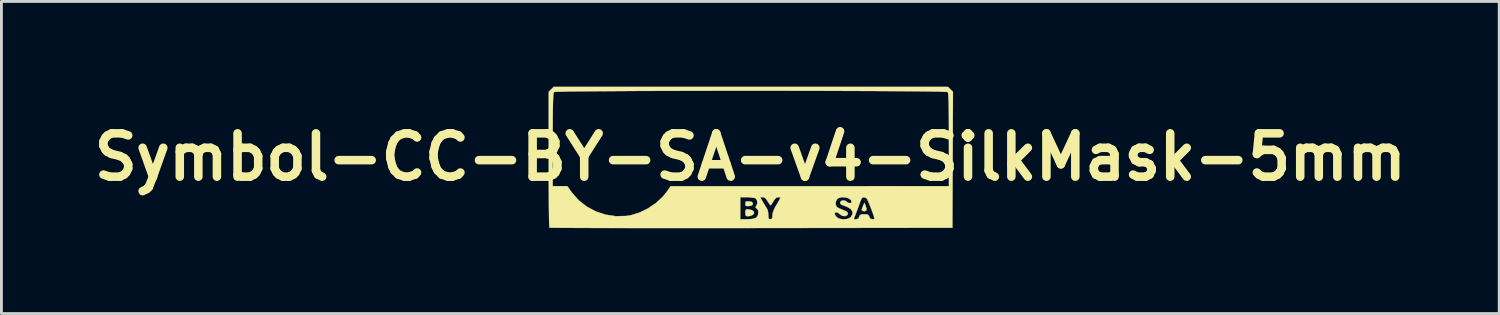
<source format=kicad_pcb>
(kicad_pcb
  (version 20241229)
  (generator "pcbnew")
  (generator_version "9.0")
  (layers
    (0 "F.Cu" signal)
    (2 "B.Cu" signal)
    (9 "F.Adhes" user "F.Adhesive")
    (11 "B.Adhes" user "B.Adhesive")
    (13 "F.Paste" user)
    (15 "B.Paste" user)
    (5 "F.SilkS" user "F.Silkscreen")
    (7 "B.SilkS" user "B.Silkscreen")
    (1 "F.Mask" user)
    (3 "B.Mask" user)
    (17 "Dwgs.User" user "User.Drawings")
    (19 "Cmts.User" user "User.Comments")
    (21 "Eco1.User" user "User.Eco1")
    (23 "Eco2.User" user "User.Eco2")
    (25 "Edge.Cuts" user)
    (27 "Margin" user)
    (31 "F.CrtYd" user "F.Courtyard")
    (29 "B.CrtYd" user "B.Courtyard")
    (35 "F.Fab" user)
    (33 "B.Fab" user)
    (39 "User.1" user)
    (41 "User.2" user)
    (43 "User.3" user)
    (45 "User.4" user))
  (footprint "Symbol-CC-BY-SA-v4-SilkMask-5mm"
    (layer "F.Cu")
    (at 23.339 2.474)
    (property "Reference" "Symbol-CC-BY-SA-v4-SilkMask-5mm" (at 0 0 0) (layer "F.SilkS") (effects (font (size 1.524 1.524) (thickness 0.3))))
    (attr through_hole)
    (fp_poly (pts (xy 0.471 -1.569) (xy 0.549 -1.515) (xy 0.592 -1.43) (xy 0.591 -1.334) (xy 0.544 -1.255) (xy 0.451 -1.204) (xy 0.35 -1.214) (xy 0.265 -1.282) (xy 0.26 -1.289) (xy 0.226 -1.395) (xy 0.253 -1.492) (xy 0.334 -1.56) (xy 0.371 -1.573) (xy 0.471 -1.569)) (stroke (width 0.01) (type solid)) (fill yes) (layer "F.Mask"))
    (fp_poly (pts (xy 0.426 -1.121) (xy 0.758 -1.111) (xy 0.769 -0.785) (xy 0.772 -0.632) (xy 0.77 -0.536) (xy 0.76 -0.484) (xy 0.74 -0.463) (xy 0.707 -0.459) (xy 0.673 -0.454) (xy 0.652 -0.431) (xy 0.641 -0.376) (xy 0.636 -0.277) (xy 0.635 -0.123) (xy 0.635 0.212) (xy 0.212 0.212) (xy 0.212 -0.123) (xy 0.211 -0.279) (xy 0.207 -0.377) (xy 0.196 -0.43) (xy 0.174 -0.453) (xy 0.138 -0.459) (xy 0.123 -0.459) (xy 0.08 -0.461) (xy 0.054 -0.479) (xy 0.041 -0.527) (xy 0.036 -0.618) (xy 0.036 -0.75) (xy 0.039 -0.89) (xy 0.048 -1.006) (xy 0.061 -1.077) (xy 0.065 -1.086) (xy 0.103 -1.109) (xy 0.189 -1.121) (xy 0.33 -1.124) (xy 0.426 -1.121)) (stroke (width 0.01) (type solid)) (fill yes) (layer "F.Mask"))
    (fp_poly (pts (xy -4.96 -0.704) (xy -4.785 -0.623) (xy -4.749 -0.597) (xy -4.674 -0.52) (xy -4.667 -0.457) (xy -4.728 -0.404) (xy -4.763 -0.388) (xy -4.846 -0.362) (xy -4.902 -0.376) (xy -4.934 -0.401) (xy -5.032 -0.451) (xy -5.144 -0.454) (xy -5.241 -0.413) (xy -5.272 -0.38) (xy -5.32 -0.259) (xy -5.326 -0.118) (xy -5.291 0.015) (xy -5.24 0.09) (xy -5.134 0.162) (xy -5.031 0.165) (xy -4.933 0.097) (xy -4.928 0.091) (xy -4.871 0.035) (xy -4.824 0.028) (xy -4.754 0.063) (xy -4.676 0.124) (xy -4.665 0.183) (xy -4.719 0.256) (xy -4.736 0.272) (xy -4.903 0.38) (xy -5.091 0.425) (xy -5.283 0.405) (xy -5.398 0.359) (xy -5.532 0.252) (xy -5.622 0.105) (xy -5.667 -0.066) (xy -5.666 -0.246) (xy -5.617 -0.417) (xy -5.519 -0.564) (xy -5.489 -0.592) (xy -5.329 -0.688) (xy -5.147 -0.726) (xy -4.96 -0.704)) (stroke (width 0.01) (type solid)) (fill yes) (layer "F.Mask"))
    (fp_poly (pts (xy -3.899 -0.709) (xy -3.727 -0.625) (xy -3.673 -0.581) (xy -3.547 -0.465) (xy -3.678 -0.403) (xy -3.764 -0.365) (xy -3.816 -0.36) (xy -3.86 -0.388) (xy -3.874 -0.4) (xy -3.956 -0.442) (xy -4.05 -0.459) (xy -4.137 -0.444) (xy -4.196 -0.387) (xy -4.219 -0.347) (xy -4.259 -0.215) (xy -4.255 -0.08) (xy -4.214 0.041) (xy -4.141 0.132) (xy -4.044 0.175) (xy -4.023 0.176) (xy -3.953 0.156) (xy -3.87 0.105) (xy -3.866 0.102) (xy -3.791 0.054) (xy -3.726 0.051) (xy -3.667 0.071) (xy -3.589 0.11) (xy -3.569 0.148) (xy -3.601 0.206) (xy -3.609 0.216) (xy -3.735 0.328) (xy -3.898 0.397) (xy -4.077 0.42) (xy -4.248 0.392) (xy -4.331 0.353) (xy -4.47 0.234) (xy -4.554 0.078) (xy -4.585 -0.122) (xy -4.586 -0.155) (xy -4.562 -0.359) (xy -4.489 -0.517) (xy -4.362 -0.633) (xy -4.28 -0.677) (xy -4.087 -0.727) (xy -3.899 -0.709)) (stroke (width 0.01) (type solid)) (fill yes) (layer "F.Mask"))
    (fp_poly (pts (xy 3.922 -1.402) (xy 4.046 -1.374) (xy 4.217 -1.274) (xy 4.348 -1.126) (xy 4.435 -0.944) (xy 4.473 -0.74) (xy 4.458 -0.527) (xy 4.389 -0.324) (xy 4.266 -0.152) (xy 4.101 -0.027) (xy 3.907 0.044) (xy 3.7 0.054) (xy 3.608 0.038) (xy 3.45 -0.028) (xy 3.316 -0.131) (xy 3.219 -0.258) (xy 3.176 -0.392) (xy 3.175 -0.415) (xy 3.183 -0.464) (xy 3.22 -0.487) (xy 3.303 -0.494) (xy 3.335 -0.494) (xy 3.438 -0.488) (xy 3.494 -0.464) (xy 3.525 -0.412) (xy 3.527 -0.408) (xy 3.597 -0.313) (xy 3.707 -0.258) (xy 3.834 -0.248) (xy 3.958 -0.288) (xy 3.976 -0.3) (xy 4.045 -0.386) (xy 4.09 -0.517) (xy 4.109 -0.672) (xy 4.103 -0.827) (xy 4.07 -0.962) (xy 4.009 -1.055) (xy 4.007 -1.056) (xy 3.891 -1.11) (xy 3.757 -1.114) (xy 3.636 -1.067) (xy 3.625 -1.059) (xy 3.557 -0.99) (xy 3.529 -0.927) (xy 3.544 -0.888) (xy 3.57 -0.882) (xy 3.573 -0.86) (xy 3.533 -0.804) (xy 3.493 -0.758) (xy 3.415 -0.686) (xy 3.353 -0.642) (xy 3.334 -0.635) (xy 3.288 -0.659) (xy 3.216 -0.718) (xy 3.175 -0.758) (xy 3.107 -0.837) (xy 3.094 -0.876) (xy 3.111 -0.882) (xy 3.159 -0.914) (xy 3.186 -0.983) (xy 3.237 -1.102) (xy 3.329 -1.226) (xy 3.444 -1.328) (xy 3.495 -1.359) (xy 3.612 -1.395) (xy 3.765 -1.409) (xy 3.922 -1.402)) (stroke (width 0.01) (type solid)) (fill yes) (layer "F.Mask"))
    (fp_poly (pts (xy 0.606 -2.065) (xy 0.9 -1.994) (xy 1.165 -1.867) (xy 1.393 -1.69) (xy 1.578 -1.466) (xy 1.712 -1.202) (xy 1.764 -1.028) (xy 1.802 -0.724) (xy 1.775 -0.432) (xy 1.692 -0.16) (xy 1.557 0.086) (xy 1.378 0.299) (xy 1.16 0.472) (xy 0.909 0.6) (xy 0.633 0.674) (xy 0.337 0.69) (xy 0.169 0.67) (xy -0.091 0.593) (xy -0.34 0.459) (xy -0.562 0.282) (xy -0.742 0.072) (xy -0.835 -0.092) (xy -0.933 -0.381) (xy -0.967 -0.671) (xy -0.961 -0.738) (xy -0.7 -0.738) (xy -0.681 -0.492) (xy -0.606 -0.256) (xy -0.477 -0.039) (xy -0.296 0.148) (xy -0.066 0.297) (xy 0.081 0.36) (xy 0.3 0.406) (xy 0.542 0.403) (xy 0.78 0.353) (xy 0.874 0.317) (xy 1.049 0.213) (xy 1.22 0.066) (xy 1.365 -0.102) (xy 1.423 -0.194) (xy 1.46 -0.274) (xy 1.483 -0.361) (xy 1.495 -0.475) (xy 1.499 -0.635) (xy 1.499 -0.688) (xy 1.491 -0.912) (xy 1.46 -1.088) (xy 1.399 -1.235) (xy 1.3 -1.374) (xy 1.199 -1.482) (xy 1.049 -1.616) (xy 0.904 -1.705) (xy 0.743 -1.756) (xy 0.546 -1.778) (xy 0.423 -1.781) (xy 0.18 -1.768) (xy -0.016 -1.724) (xy -0.183 -1.641) (xy -0.338 -1.511) (xy -0.394 -1.454) (xy -0.558 -1.229) (xy -0.66 -0.987) (xy -0.7 -0.738) (xy -0.961 -0.738) (xy -0.942 -0.955) (xy -0.863 -1.223) (xy -0.734 -1.469) (xy -0.559 -1.684) (xy -0.345 -1.86) (xy -0.094 -1.989) (xy 0.188 -2.063) (xy 0.29 -2.074) (xy 0.606 -2.065)) (stroke (width 0.01) (type solid)) (fill yes) (layer "F.Mask"))
    (fp_poly (pts (xy 4.076 -2.05) (xy 4.361 -1.956) (xy 4.616 -1.803) (xy 4.772 -1.663) (xy 4.944 -1.455) (xy 5.059 -1.247) (xy 5.128 -1.018) (xy 5.145 -0.917) (xy 5.158 -0.598) (xy 5.108 -0.301) (xy 5.001 -0.032) (xy 4.843 0.203) (xy 4.641 0.398) (xy 4.399 0.548) (xy 4.125 0.647) (xy 3.824 0.687) (xy 3.536 0.67) (xy 3.281 0.599) (xy 3.036 0.467) (xy 2.814 0.287) (xy 2.627 0.067) (xy 2.512 -0.132) (xy 2.438 -0.36) (xy 2.403 -0.619) (xy 2.403 -0.63) (xy 2.674 -0.63) (xy 2.718 -0.38) (xy 2.822 -0.142) (xy 2.953 0.036) (xy 3.166 0.224) (xy 3.404 0.349) (xy 3.661 0.409) (xy 3.928 0.402) (xy 4.197 0.328) (xy 4.245 0.307) (xy 4.477 0.164) (xy 4.671 -0.029) (xy 4.8 -0.232) (xy 4.863 -0.426) (xy 4.888 -0.653) (xy 4.874 -0.887) (xy 4.822 -1.102) (xy 4.803 -1.15) (xy 4.685 -1.344) (xy 4.518 -1.524) (xy 4.32 -1.67) (xy 4.269 -1.699) (xy 4.179 -1.74) (xy 4.087 -1.765) (xy 3.972 -1.777) (xy 3.811 -1.781) (xy 3.775 -1.781) (xy 3.603 -1.778) (xy 3.481 -1.767) (xy 3.387 -1.744) (xy 3.301 -1.707) (xy 3.288 -1.7) (xy 3.061 -1.544) (xy 2.884 -1.348) (xy 2.759 -1.124) (xy 2.689 -0.881) (xy 2.674 -0.63) (xy 2.403 -0.63) (xy 2.409 -0.885) (xy 2.451 -1.103) (xy 2.558 -1.353) (xy 2.72 -1.584) (xy 2.926 -1.783) (xy 3.161 -1.938) (xy 3.413 -2.036) (xy 3.455 -2.046) (xy 3.772 -2.08) (xy 4.076 -2.05)) (stroke (width 0.01) (type solid)) (fill yes) (layer "F.Mask"))
    (fp_poly (pts (xy -4.241 -1.981) (xy -3.913 -1.888) (xy -3.775 -1.828) (xy -3.557 -1.695) (xy -3.34 -1.513) (xy -3.144 -1.302) (xy -2.987 -1.082) (xy -2.932 -0.98) (xy -2.819 -0.666) (xy -2.764 -0.332) (xy -2.765 0.009) (xy -2.82 0.344) (xy -2.929 0.659) (xy -3.09 0.942) (xy -3.144 1.013) (xy -3.367 1.239) (xy -3.636 1.434) (xy -3.932 1.584) (xy -4.237 1.679) (xy -4.304 1.691) (xy -4.424 1.71) (xy -4.517 1.72) (xy -4.604 1.721) (xy -4.708 1.714) (xy -4.853 1.698) (xy -4.911 1.692) (xy -5.217 1.622) (xy -5.508 1.49) (xy -5.775 1.306) (xy -6.011 1.077) (xy -6.207 0.812) (xy -6.353 0.519) (xy -6.443 0.208) (xy -6.457 0.119) (xy -6.468 -0.18) (xy -6.115 -0.18) (xy -6.091 0.119) (xy -6.007 0.405) (xy -5.866 0.669) (xy -5.671 0.904) (xy -5.425 1.103) (xy -5.132 1.258) (xy -5.082 1.278) (xy -4.972 1.31) (xy -4.84 1.327) (xy -4.667 1.332) (xy -4.568 1.33) (xy -4.394 1.323) (xy -4.265 1.309) (xy -4.158 1.284) (xy -4.049 1.242) (xy -3.982 1.211) (xy -3.708 1.046) (xy -3.479 0.833) (xy -3.302 0.581) (xy -3.18 0.3) (xy -3.119 -0.002) (xy -3.122 -0.317) (xy -3.134 -0.396) (xy -3.22 -0.706) (xy -3.36 -0.98) (xy -3.548 -1.213) (xy -3.774 -1.401) (xy -4.031 -1.541) (xy -4.312 -1.628) (xy -4.607 -1.659) (xy -4.91 -1.629) (xy -5.213 -1.535) (xy -5.318 -1.486) (xy -5.485 -1.375) (xy -5.658 -1.218) (xy -5.815 -1.036) (xy -5.939 -0.848) (xy -5.969 -0.79) (xy -6.075 -0.485) (xy -6.115 -0.18) (xy -6.468 -0.18) (xy -6.472 -0.26) (xy -6.42 -0.617) (xy -6.303 -0.949) (xy -6.12 -1.255) (xy -5.872 -1.532) (xy -5.815 -1.584) (xy -5.549 -1.773) (xy -5.246 -1.909) (xy -4.92 -1.99) (xy -4.581 -2.014) (xy -4.241 -1.981)) (stroke (width 0.01) (type solid)) (fill yes) (layer "F.Mask"))
    (fp_poly (pts (xy 4.053 1.704) (xy 4.088 1.816) (xy 4.081 1.879) (xy 4.029 1.904) (xy 4.004 1.905) (xy 3.938 1.89) (xy 3.917 1.861) (xy 3.932 1.8) (xy 3.965 1.713) (xy 3.966 1.711) (xy 4.013 1.605) (xy 4.053 1.704)) (stroke (width 0.01) (type solid)) (fill yes) (layer "F.SilkS"))
    (fp_poly (pts (xy -0.048 1.841) (xy 0.061 1.867) (xy 0.123 1.917) (xy 0.133 1.978) (xy 0.09 2.031) (xy 0.003 2.069) (xy -0.077 2.081) (xy -0.144 2.074) (xy -0.171 2.038) (xy -0.176 1.956) (xy -0.172 1.873) (xy -0.145 1.841) (xy -0.074 1.839) (xy -0.048 1.841)) (stroke (width 0.01) (type solid)) (fill yes) (layer "F.SilkS"))
    (fp_poly (pts (xy -0.055 1.558) (xy -0.044 1.559) (xy 0.046 1.574) (xy 0.083 1.608) (xy 0.088 1.64) (xy 0.073 1.69) (xy 0.016 1.714) (xy -0.044 1.722) (xy -0.131 1.724) (xy -0.168 1.704) (xy -0.176 1.648) (xy -0.176 1.64) (xy -0.17 1.58) (xy -0.136 1.557) (xy -0.055 1.558)) (stroke (width 0.01) (type solid)) (fill yes) (layer "F.SilkS"))
    (fp_poly (pts (xy 7.04 -2.383) (xy 7.127 -2.296) (xy 7.118 0.096) (xy 7.108 2.487) (xy 0.032 2.496) (xy -0.669 2.497) (xy -1.352 2.497) (xy -2.012 2.498) (xy -2.647 2.498) (xy -3.254 2.497) (xy -3.827 2.497) (xy -4.366 2.496) (xy -4.865 2.496) (xy -5.323 2.495) (xy -5.734 2.493) (xy -6.097 2.492) (xy -6.407 2.49) (xy -6.662 2.489) (xy -6.858 2.487) (xy -6.991 2.485) (xy -7.059 2.482) (xy -7.067 2.481) (xy -7.071 2.443) (xy -7.075 2.34) (xy -7.079 2.178) (xy -7.082 1.963) (xy -7.085 1.7) (xy -7.087 1.397) (xy -7.089 1.057) (xy -7.09 0.688) (xy -7.091 0.295) (xy -7.091 0.081) (xy -7.091 -0.61) (xy -6.95 -0.61) (xy -6.95 1.023) (xy -6.437 1.023) (xy -6.274 1.249) (xy -6.035 1.52) (xy -5.751 1.742) (xy -5.432 1.912) (xy -5.088 2.026) (xy -4.729 2.08) (xy -4.363 2.071) (xy -4.191 2.043) (xy -3.896 1.952) (xy -3.602 1.807) (xy -3.325 1.619) (xy -3.097 1.411) (xy -0.353 1.411) (xy -0.353 2.187) (xy -0.114 2.187) (xy 0.071 2.176) (xy 0.189 2.142) (xy 0.204 2.132) (xy 0.261 2.059) (xy 0.284 1.96) (xy 0.27 1.866) (xy 0.22 1.803) (xy 0.18 1.767) (xy 0.202 1.724) (xy 0.203 1.724) (xy 0.242 1.644) (xy 0.242 1.549) (xy 0.205 1.469) (xy 0.179 1.448) (xy 0.109 1.429) (xy -0.005 1.415) (xy -0.121 1.411) (xy 0.346 1.411) (xy 0.443 1.579) (xy 0.507 1.687) (xy 0.564 1.78) (xy 0.588 1.816) (xy 0.618 1.895) (xy 0.634 2.005) (xy 0.635 2.036) (xy 0.64 2.133) (xy 0.661 2.177) (xy 0.706 2.187) (xy 0.753 2.175) (xy 0.773 2.125) (xy 0.776 2.053) (xy 0.787 1.987) (xy 2.963 1.987) (xy 2.986 2.044) (xy 3.035 2.11) (xy 3.13 2.167) (xy 3.259 2.191) (xy 3.308 2.187) (xy 3.637 2.187) (xy 3.723 2.187) (xy 3.797 2.164) (xy 3.831 2.099) (xy 3.854 2.043) (xy 3.901 2.018) (xy 3.993 2.011) (xy 4.007 2.011) (xy 4.106 2.016) (xy 4.157 2.039) (xy 4.181 2.091) (xy 4.184 2.099) (xy 4.223 2.169) (xy 4.292 2.187) (xy 4.331 2.186) (xy 4.354 2.177) (xy 4.36 2.15) (xy 4.349 2.093) (xy 4.317 1.998) (xy 4.263 1.853) (xy 4.216 1.729) (xy 4.158 1.583) (xy 4.114 1.492) (xy 4.075 1.442) (xy 4.032 1.421) (xy 4.013 1.418) (xy 3.954 1.421) (xy 3.914 1.457) (xy 3.876 1.545) (xy 3.871 1.559) (xy 3.83 1.673) (xy 3.777 1.819) (xy 3.727 1.949) (xy 3.637 2.187) (xy 3.308 2.187) (xy 3.393 2.181) (xy 3.503 2.137) (xy 3.528 2.117) (xy 3.593 2.015) (xy 3.592 1.916) (xy 3.528 1.825) (xy 3.403 1.75) (xy 3.313 1.718) (xy 3.209 1.678) (xy 3.163 1.633) (xy 3.157 1.604) (xy 3.186 1.548) (xy 3.253 1.523) (xy 3.33 1.531) (xy 3.385 1.568) (xy 3.447 1.611) (xy 3.513 1.62) (xy 3.557 1.595) (xy 3.563 1.572) (xy 3.532 1.503) (xy 3.451 1.451) (xy 3.342 1.42) (xy 3.224 1.413) (xy 3.117 1.436) (xy 3.063 1.469) (xy 3.014 1.55) (xy 3.001 1.65) (xy 3.026 1.737) (xy 3.046 1.759) (xy 3.107 1.794) (xy 3.204 1.837) (xy 3.247 1.853) (xy 3.373 1.908) (xy 3.432 1.964) (xy 3.426 2.022) (xy 3.416 2.036) (xy 3.342 2.077) (xy 3.247 2.071) (xy 3.161 2.023) (xy 3.149 2.011) (xy 3.083 1.959) (xy 3.016 1.941) (xy 2.971 1.961) (xy 2.963 1.987) (xy 0.787 1.987) (xy 0.796 1.934) (xy 0.858 1.788) (xy 0.917 1.684) (xy 0.984 1.571) (xy 1.034 1.482) (xy 1.058 1.434) (xy 1.058 1.431) (xy 1.028 1.416) (xy 0.977 1.411) (xy 0.906 1.435) (xy 0.837 1.516) (xy 0.816 1.552) (xy 0.764 1.636) (xy 0.723 1.687) (xy 0.712 1.693) (xy 0.682 1.665) (xy 0.633 1.594) (xy 0.607 1.552) (xy 0.541 1.457) (xy 0.477 1.416) (xy 0.437 1.411) (xy 0.346 1.411) (xy -0.121 1.411) (xy -0.353 1.411) (xy -3.097 1.411) (xy -3.085 1.4) (xy -2.924 1.202) (xy -2.805 1.025) (xy 2.09 1.024) (xy 6.985 1.023) (xy 6.985 -0.61) (xy 6.985 -1.02) (xy 6.983 -1.363) (xy 6.98 -1.645) (xy 6.976 -1.87) (xy 6.971 -2.041) (xy 6.964 -2.164) (xy 6.956 -2.243) (xy 6.946 -2.282) (xy 6.943 -2.286) (xy 6.903 -2.291) (xy 6.796 -2.296) (xy 6.628 -2.301) (xy 6.401 -2.305) (xy 6.12 -2.309) (xy 5.789 -2.313) (xy 5.413 -2.316) (xy 4.995 -2.319) (xy 4.539 -2.322) (xy 4.051 -2.324) (xy 3.533 -2.326) (xy 2.99 -2.328) (xy 2.426 -2.33) (xy 1.845 -2.331) (xy 1.252 -2.332) (xy 0.651 -2.332) (xy 0.045 -2.332) (xy -0.561 -2.332) (xy -1.163 -2.332) (xy -1.758 -2.331) (xy -2.339 -2.33) (xy -2.905 -2.328) (xy -3.45 -2.327) (xy -3.97 -2.325) (xy -4.462 -2.322) (xy -4.92 -2.319) (xy -5.342 -2.316) (xy -5.722 -2.313) (xy -6.057 -2.309) (xy -6.342 -2.306) (xy -6.574 -2.301) (xy -6.748 -2.297) (xy -6.86 -2.292) (xy -6.907 -2.286) (xy -6.907 -2.286) (xy -6.918 -2.257) (xy -6.927 -2.189) (xy -6.934 -2.078) (xy -6.94 -1.92) (xy -6.944 -1.709) (xy -6.947 -1.443) (xy -6.949 -1.116) (xy -6.95 -0.724) (xy -6.95 -0.61) (xy -7.091 -0.61) (xy -7.091 -2.296) (xy -7.004 -2.383) (xy -6.918 -2.469) (xy 6.953 -2.469) (xy 7.04 -2.383)) (stroke (width 0.01) (type solid)) (fill yes) (layer "F.SilkS")))
  (gr_rect
    (start -3 -3)
    (end 49.678 7.977)
    (stroke (width 0.1) (type default))
    (fill no)
    (layer "Edge.Cuts")))
</source>
